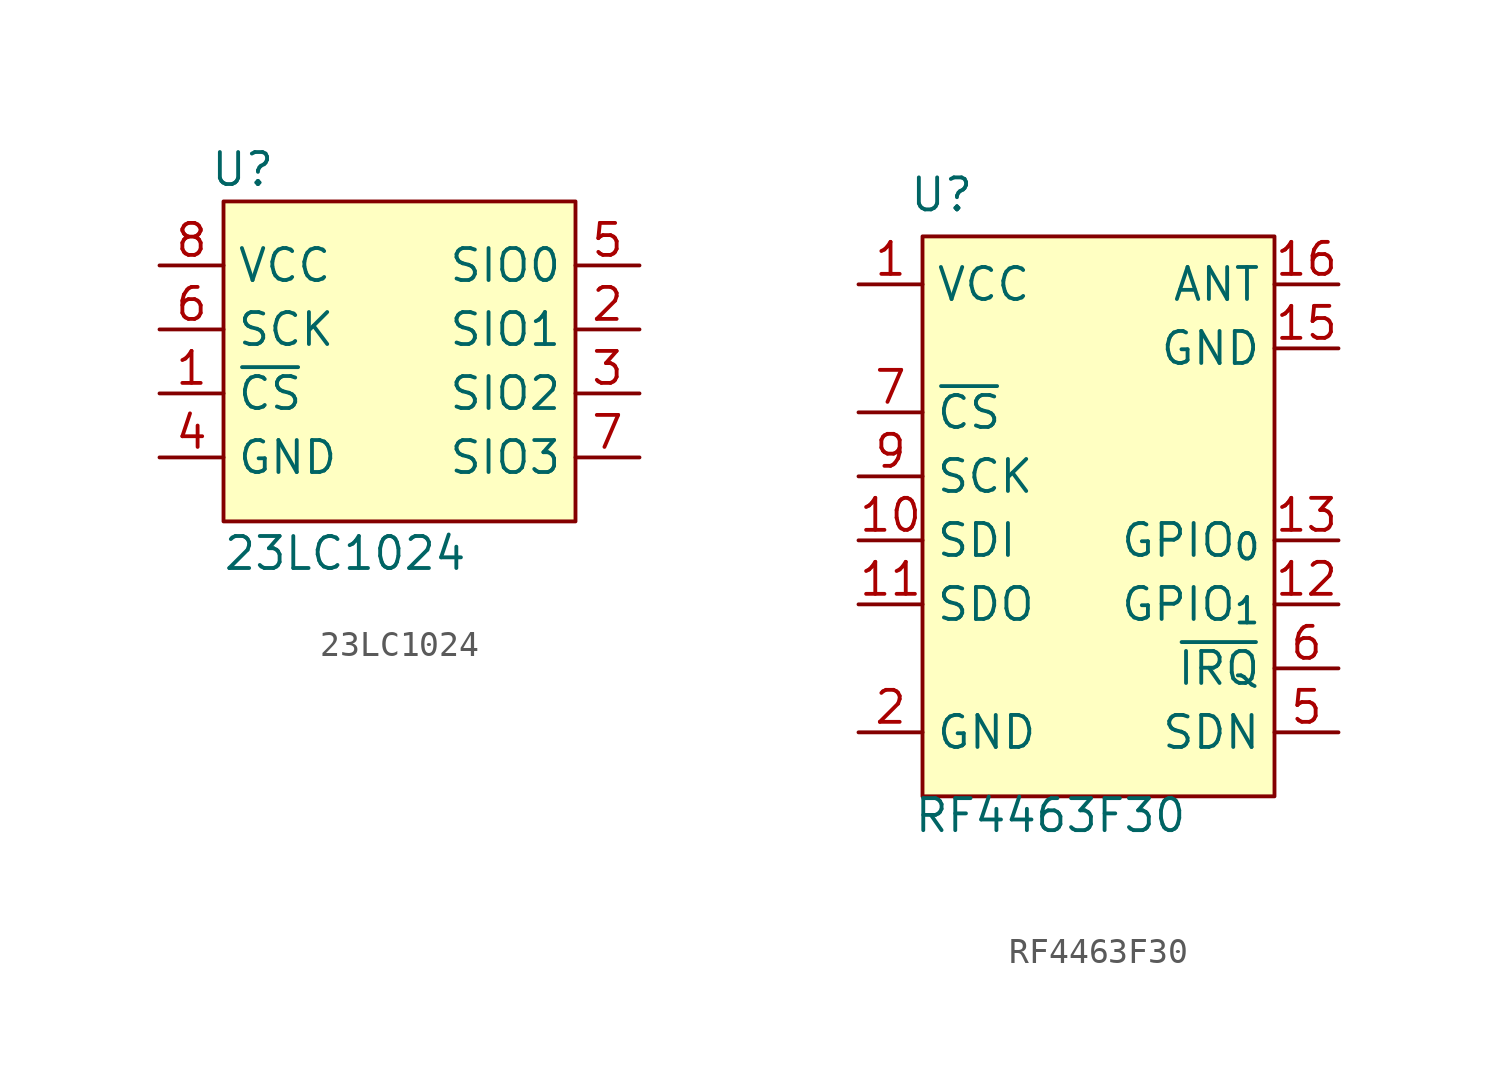
<source format=kicad_sym>
(kicad_symbol_lib
  (version 20241209)
  (generator "kicad_symbol_editor")
  (generator_version "9.0")
  (symbol "23LC1024"
    (property "Reference" "U"
      (at 3.302 3.81 0)
      (effects (font (size 1.27 1.27))))
    (property "Value" "23LC1024"
      (at 7.366 -11.43 0)
      (effects (font (size 1.27 1.27))))
    (symbol "23LC1024_1_1"
      (rectangle (start 2.54 2.54) (end 16.51 -10.16) (stroke (width 0) (type solid)) (fill (type background)))
      (pin power_in line (at 0 0 0) (length 2.54) (name "VCC" (effects (font (size 1.27 1.27)))) (number "8" (effects (font (size 1.27 1.27)))))
      (pin input line (at 0 -2.54 0) (length 2.54) (name "SCK" (effects (font (size 1.27 1.27)))) (number "6" (effects (font (size 1.27 1.27)))))
      (pin input line (at 0 -5.08 0) (length 2.54) (name "~{CS}" (effects (font (size 1.27 1.27)))) (number "1" (effects (font (size 1.27 1.27)))))
      (pin power_in line (at 0 -7.62 0) (length 2.54) (name "GND" (effects (font (size 1.27 1.27)))) (number "4" (effects (font (size 1.27 1.27)))))
      (pin bidirectional line (at 19.05 0 180) (length 2.54) (name "SIO0" (effects (font (size 1.27 1.27)))) (number "5" (effects (font (size 1.27 1.27)))) (alternate "SI" input line))
      (pin bidirectional line (at 19.05 -2.54 180) (length 2.54) (name "SIO1" (effects (font (size 1.27 1.27)))) (number "2" (effects (font (size 1.27 1.27)))) (alternate "SO" output line))
      (pin bidirectional line (at 19.05 -5.08 180) (length 2.54) (name "SIO2" (effects (font (size 1.27 1.27)))) (number "3" (effects (font (size 1.27 1.27)))))
      (pin bidirectional line (at 19.05 -7.62 180) (length 2.54) (name "SIO3" (effects (font (size 1.27 1.27)))) (number "7" (effects (font (size 1.27 1.27)))) (alternate "~{HOLD}" input line))))
  (symbol "RF4463F30"
    (property "Reference" "U"
      (at 3.302 3.556 0)
      (effects (font (size 1.27 1.27))))
    (property "Value" "RF4463F30"
      (at 7.62 -21.082 0)
      (effects (font (size 1.27 1.27))))
    (symbol "RF4463F30_1_1"
      (rectangle (start 2.54 1.905) (end 16.51 -20.32) (stroke (width 0) (type solid)) (fill (type background)))
      (pin power_in line (at 0 0 0) (length 2.54) (name "VCC" (effects (font (size 1.27 1.27)))) (number "1" (effects (font (size 1.27 1.27)))))
      (pin input line (at 0 -5.08 0) (length 2.54) (name "~{CS}" (effects (font (size 1.27 1.27)))) (number "7" (effects (font (size 1.27 1.27)))))
      (pin input line (at 0 -7.62 0) (length 2.54) (name "SCK" (effects (font (size 1.27 1.27)))) (number "9" (effects (font (size 1.27 1.27)))))
      (pin input line (at 0 -10.16 0) (length 2.54) (name "SDI" (effects (font (size 1.27 1.27)))) (number "10" (effects (font (size 1.27 1.27)))))
      (pin output line (at 0 -12.7 0) (length 2.54) (name "SDO" (effects (font (size 1.27 1.27)))) (number "11" (effects (font (size 1.27 1.27)))))
      (pin power_in line (at 0 -17.78 0) (length 2.54) (name "GND" (effects (font (size 1.27 1.27)))) (number "2" (effects (font (size 1.27 1.27)))))
      (pin power_in line (at 0 -17.78 0) (length 2.54) (hide yes) (name "GND" (effects (font (size 1.27 1.27)))) (number "8" (effects (font (size 1.27 1.27)))))
      (pin free line (at 7.62 -22.86 90) (length 2.54) (hide yes) (name "NC" (effects (font (size 1.27 1.27)))) (number "4" (effects (font (size 1.27 1.27)))))
      (pin free line (at 8.89 -22.86 90) (length 2.54) (hide yes) (name "NC" (effects (font (size 1.27 1.27)))) (number "3" (effects (font (size 1.27 1.27)))))
      (pin free line (at 10.16 -22.86 90) (length 2.54) (hide yes) (name "NC" (effects (font (size 1.27 1.27)))) (number "14" (effects (font (size 1.27 1.27)))))
      (pin output line (at 19.05 0 180) (length 2.54) (name "ANT" (effects (font (size 1.27 1.27)))) (number "16" (effects (font (size 1.27 1.27)))))
      (pin power_in line (at 19.05 -2.54 180) (length 2.54) (name "GND" (effects (font (size 1.27 1.27)))) (number "15" (effects (font (size 1.27 1.27)))))
      (pin bidirectional line (at 19.05 -10.16 180) (length 2.54) (name "GPIO_{0}" (effects (font (size 1.27 1.27)))) (number "13" (effects (font (size 1.27 1.27)))))
      (pin bidirectional line (at 19.05 -12.7 180) (length 2.54) (name "GPIO_{1}" (effects (font (size 1.27 1.27)))) (number "12" (effects (font (size 1.27 1.27)))))
      (pin output line (at 19.05 -15.24 180) (length 2.54) (name "~{IRQ}" (effects (font (size 1.27 1.27)))) (number "6" (effects (font (size 1.27 1.27)))))
      (pin input line (at 19.05 -17.78 180) (length 2.54) (name "SDN" (effects (font (size 1.27 1.27)))) (number "5" (effects (font (size 1.27 1.27))))))))
</source>
